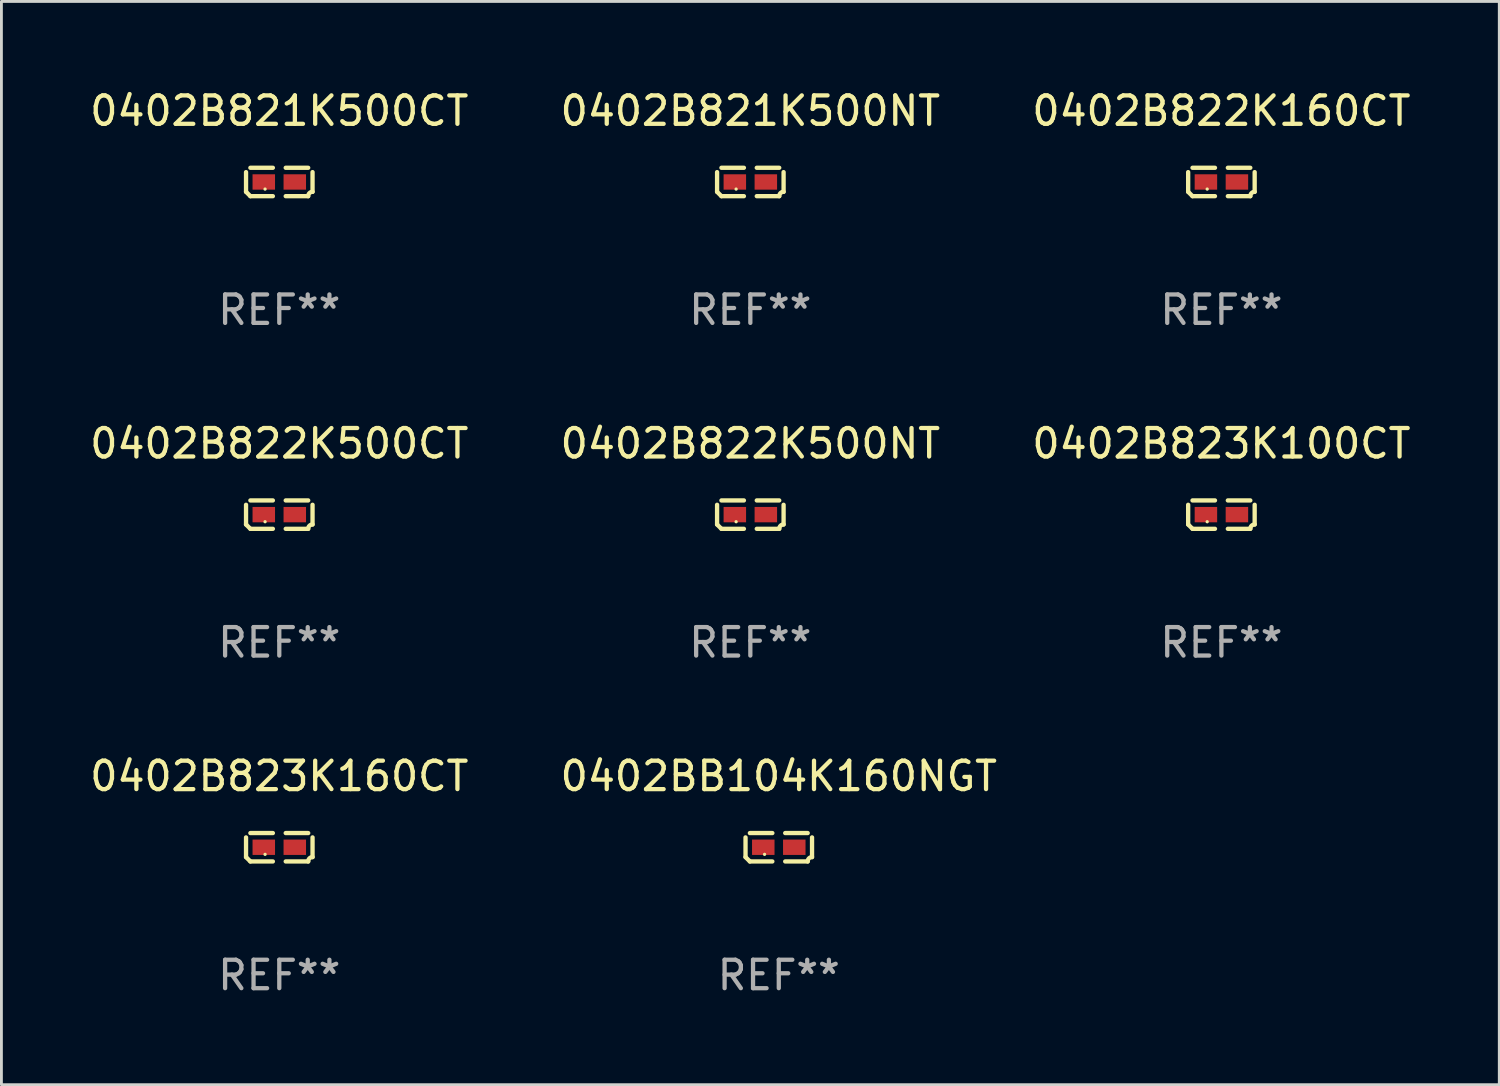
<source format=kicad_pcb>
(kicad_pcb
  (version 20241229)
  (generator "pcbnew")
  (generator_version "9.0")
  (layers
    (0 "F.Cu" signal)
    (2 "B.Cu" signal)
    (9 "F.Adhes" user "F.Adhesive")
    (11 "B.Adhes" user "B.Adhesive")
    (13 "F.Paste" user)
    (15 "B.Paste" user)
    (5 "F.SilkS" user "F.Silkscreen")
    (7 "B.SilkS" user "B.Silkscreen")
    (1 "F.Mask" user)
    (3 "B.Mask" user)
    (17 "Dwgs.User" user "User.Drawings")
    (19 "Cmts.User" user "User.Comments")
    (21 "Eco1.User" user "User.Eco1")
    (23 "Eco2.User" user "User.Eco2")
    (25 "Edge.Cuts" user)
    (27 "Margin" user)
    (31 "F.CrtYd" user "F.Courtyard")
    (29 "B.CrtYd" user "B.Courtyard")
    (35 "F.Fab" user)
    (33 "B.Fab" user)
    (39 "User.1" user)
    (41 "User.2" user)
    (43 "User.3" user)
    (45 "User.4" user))
  (footprint "0402BB104K160NGT"
    (layer "F.Cu")
    (at 24.327 26.734)
    (property "Reference" "0402BB104K160NGT" (at 0 -2.499 0) (layer "F.SilkS") (effects (font (size 1 1) (thickness 0.15))))
    (attr through_hole)
    (fp_line (start -1.169 0.346) (end -1.169 -0.346) (stroke (width 0.152) (type solid)) (layer "F.SilkS"))
    (fp_line (start -1.016 -0.499) (end -0.226 -0.499) (stroke (width 0.152) (type solid)) (layer "F.SilkS"))
    (fp_line (start -0.226 0.499) (end -1.016 0.499) (stroke (width 0.152) (type solid)) (layer "F.SilkS"))
    (fp_line (start 0.226 0.499) (end 1.016 0.499) (stroke (width 0.152) (type solid)) (layer "F.SilkS"))
    (fp_line (start 1.016 -0.499) (end 0.226 -0.499) (stroke (width 0.152) (type solid)) (layer "F.SilkS"))
    (fp_line (start 1.169 0.346) (end 1.169 -0.346) (stroke (width 0.152) (type solid)) (layer "F.SilkS"))
    (fp_arc (start -1.016307 0.498603) (mid -1.092512 0.422405) (end -1.16871 0.3462) (stroke (width 0.1524) (type solid)) (layer "F.SilkS"))
    (fp_arc (start 1.016307 0.498603) (mid 1.060899 0.390758) (end 1.168707 0.346076) (stroke (width 0.1524) (type solid)) (layer "F.SilkS"))
    (fp_circle (center -0.5 0.25) (end -0.47 0.25) (stroke (width 0.06) (type solid)) (fill no) (layer "F.SilkS"))
    (fp_text user "REF**" (at 0 4.499 0) (layer "F.Fab") (effects (font (size 1 1) (thickness 0.15))))
    (pad "1" smd rect (at -0.545 0) (size 0.79 0.54) (layers "F.Cu" "F.Mask" "F.Paste"))
    (pad "2" smd rect (at 0.545 0) (size 0.79 0.54) (layers "F.Cu" "F.Mask" "F.Paste")))
  (footprint "0402B823K100CT"
    (layer "F.Cu")
    (at 39.887 15.041)
    (property "Reference" "0402B823K100CT" (at 0 -2.499 0) (layer "F.SilkS") (effects (font (size 1 1) (thickness 0.15))))
    (attr through_hole)
    (fp_line (start -1.169 0.346) (end -1.169 -0.346) (stroke (width 0.152) (type solid)) (layer "F.SilkS"))
    (fp_line (start -1.016 -0.499) (end -0.226 -0.499) (stroke (width 0.152) (type solid)) (layer "F.SilkS"))
    (fp_line (start -0.226 0.499) (end -1.016 0.499) (stroke (width 0.152) (type solid)) (layer "F.SilkS"))
    (fp_line (start 0.226 0.499) (end 1.016 0.499) (stroke (width 0.152) (type solid)) (layer "F.SilkS"))
    (fp_line (start 1.016 -0.499) (end 0.226 -0.499) (stroke (width 0.152) (type solid)) (layer "F.SilkS"))
    (fp_line (start 1.169 0.346) (end 1.169 -0.346) (stroke (width 0.152) (type solid)) (layer "F.SilkS"))
    (fp_arc (start -1.016307 0.498603) (mid -1.092512 0.422405) (end -1.16871 0.3462) (stroke (width 0.1524) (type solid)) (layer "F.SilkS"))
    (fp_arc (start 1.016307 0.498603) (mid 1.060899 0.390758) (end 1.168707 0.346076) (stroke (width 0.1524) (type solid)) (layer "F.SilkS"))
    (fp_circle (center -0.5 0.25) (end -0.47 0.25) (stroke (width 0.06) (type solid)) (fill no) (layer "F.SilkS"))
    (fp_text user "REF**" (at 0 4.499 0) (layer "F.Fab") (effects (font (size 1 1) (thickness 0.15))))
    (pad "1" smd rect (at -0.545 0) (size 0.79 0.54) (layers "F.Cu" "F.Mask" "F.Paste"))
    (pad "2" smd rect (at 0.545 0) (size 0.79 0.54) (layers "F.Cu" "F.Mask" "F.Paste")))
  (footprint "0402B822K500CT"
    (layer "F.Cu")
    (at 6.768 15.041)
    (property "Reference" "0402B822K500CT" (at 0 -2.499 0) (layer "F.SilkS") (effects (font (size 1 1) (thickness 0.15))))
    (attr through_hole)
    (fp_line (start -1.169 0.346) (end -1.169 -0.346) (stroke (width 0.152) (type solid)) (layer "F.SilkS"))
    (fp_line (start -1.016 -0.499) (end -0.226 -0.499) (stroke (width 0.152) (type solid)) (layer "F.SilkS"))
    (fp_line (start -0.226 0.499) (end -1.016 0.499) (stroke (width 0.152) (type solid)) (layer "F.SilkS"))
    (fp_line (start 0.226 0.499) (end 1.016 0.499) (stroke (width 0.152) (type solid)) (layer "F.SilkS"))
    (fp_line (start 1.016 -0.499) (end 0.226 -0.499) (stroke (width 0.152) (type solid)) (layer "F.SilkS"))
    (fp_line (start 1.169 0.346) (end 1.169 -0.346) (stroke (width 0.152) (type solid)) (layer "F.SilkS"))
    (fp_arc (start -1.016307 0.498603) (mid -1.092512 0.422405) (end -1.16871 0.3462) (stroke (width 0.1524) (type solid)) (layer "F.SilkS"))
    (fp_arc (start 1.016307 0.498603) (mid 1.060899 0.390758) (end 1.168707 0.346076) (stroke (width 0.1524) (type solid)) (layer "F.SilkS"))
    (fp_circle (center -0.5 0.25) (end -0.47 0.25) (stroke (width 0.06) (type solid)) (fill no) (layer "F.SilkS"))
    (fp_text user "REF**" (at 0 4.499 0) (layer "F.Fab") (effects (font (size 1 1) (thickness 0.15))))
    (pad "1" smd rect (at -0.545 0) (size 0.79 0.54) (layers "F.Cu" "F.Mask" "F.Paste"))
    (pad "2" smd rect (at 0.545 0) (size 0.79 0.54) (layers "F.Cu" "F.Mask" "F.Paste")))
  (footprint "0402B821K500CT"
    (layer "F.Cu")
    (at 6.768 3.347)
    (property "Reference" "0402B821K500CT" (at 0 -2.499 0) (layer "F.SilkS") (effects (font (size 1 1) (thickness 0.15))))
    (attr through_hole)
    (fp_line (start -1.169 0.346) (end -1.169 -0.346) (stroke (width 0.152) (type solid)) (layer "F.SilkS"))
    (fp_line (start -1.016 -0.499) (end -0.226 -0.499) (stroke (width 0.152) (type solid)) (layer "F.SilkS"))
    (fp_line (start -0.226 0.499) (end -1.016 0.499) (stroke (width 0.152) (type solid)) (layer "F.SilkS"))
    (fp_line (start 0.226 0.499) (end 1.016 0.499) (stroke (width 0.152) (type solid)) (layer "F.SilkS"))
    (fp_line (start 1.016 -0.499) (end 0.226 -0.499) (stroke (width 0.152) (type solid)) (layer "F.SilkS"))
    (fp_line (start 1.169 0.346) (end 1.169 -0.346) (stroke (width 0.152) (type solid)) (layer "F.SilkS"))
    (fp_arc (start -1.016307 0.498603) (mid -1.092512 0.422405) (end -1.16871 0.3462) (stroke (width 0.1524) (type solid)) (layer "F.SilkS"))
    (fp_arc (start 1.016307 0.498603) (mid 1.060899 0.390758) (end 1.168707 0.346076) (stroke (width 0.1524) (type solid)) (layer "F.SilkS"))
    (fp_circle (center -0.5 0.25) (end -0.47 0.25) (stroke (width 0.06) (type solid)) (fill no) (layer "F.SilkS"))
    (fp_text user "REF**" (at 0 4.499 0) (layer "F.Fab") (effects (font (size 1 1) (thickness 0.15))))
    (pad "1" smd rect (at -0.545 0) (size 0.79 0.54) (layers "F.Cu" "F.Mask" "F.Paste"))
    (pad "2" smd rect (at 0.545 0) (size 0.79 0.54) (layers "F.Cu" "F.Mask" "F.Paste")))
  (footprint "0402B821K500NT"
    (layer "F.Cu")
    (at 23.327 3.347)
    (property "Reference" "0402B821K500NT" (at 0 -2.499 0) (layer "F.SilkS") (effects (font (size 1 1) (thickness 0.15))))
    (attr through_hole)
    (fp_line (start -1.169 0.346) (end -1.169 -0.346) (stroke (width 0.152) (type solid)) (layer "F.SilkS"))
    (fp_line (start -1.016 -0.499) (end -0.226 -0.499) (stroke (width 0.152) (type solid)) (layer "F.SilkS"))
    (fp_line (start -0.226 0.499) (end -1.016 0.499) (stroke (width 0.152) (type solid)) (layer "F.SilkS"))
    (fp_line (start 0.226 0.499) (end 1.016 0.499) (stroke (width 0.152) (type solid)) (layer "F.SilkS"))
    (fp_line (start 1.016 -0.499) (end 0.226 -0.499) (stroke (width 0.152) (type solid)) (layer "F.SilkS"))
    (fp_line (start 1.169 0.346) (end 1.169 -0.346) (stroke (width 0.152) (type solid)) (layer "F.SilkS"))
    (fp_arc (start -1.016307 0.498603) (mid -1.092512 0.422405) (end -1.16871 0.3462) (stroke (width 0.1524) (type solid)) (layer "F.SilkS"))
    (fp_arc (start 1.016307 0.498603) (mid 1.060899 0.390758) (end 1.168707 0.346076) (stroke (width 0.1524) (type solid)) (layer "F.SilkS"))
    (fp_circle (center -0.5 0.25) (end -0.47 0.25) (stroke (width 0.06) (type solid)) (fill no) (layer "F.SilkS"))
    (fp_text user "REF**" (at 0 4.499 0) (layer "F.Fab") (effects (font (size 1 1) (thickness 0.15))))
    (pad "1" smd rect (at -0.545 0) (size 0.79 0.54) (layers "F.Cu" "F.Mask" "F.Paste"))
    (pad "2" smd rect (at 0.545 0) (size 0.79 0.54) (layers "F.Cu" "F.Mask" "F.Paste")))
  (footprint "0402B823K160CT"
    (layer "F.Cu")
    (at 6.768 26.734)
    (property "Reference" "0402B823K160CT" (at 0 -2.499 0) (layer "F.SilkS") (effects (font (size 1 1) (thickness 0.15))))
    (attr through_hole)
    (fp_line (start -1.169 0.346) (end -1.169 -0.346) (stroke (width 0.152) (type solid)) (layer "F.SilkS"))
    (fp_line (start -1.016 -0.499) (end -0.226 -0.499) (stroke (width 0.152) (type solid)) (layer "F.SilkS"))
    (fp_line (start -0.226 0.499) (end -1.016 0.499) (stroke (width 0.152) (type solid)) (layer "F.SilkS"))
    (fp_line (start 0.226 0.499) (end 1.016 0.499) (stroke (width 0.152) (type solid)) (layer "F.SilkS"))
    (fp_line (start 1.016 -0.499) (end 0.226 -0.499) (stroke (width 0.152) (type solid)) (layer "F.SilkS"))
    (fp_line (start 1.169 0.346) (end 1.169 -0.346) (stroke (width 0.152) (type solid)) (layer "F.SilkS"))
    (fp_arc (start -1.016307 0.498603) (mid -1.092512 0.422405) (end -1.16871 0.3462) (stroke (width 0.1524) (type solid)) (layer "F.SilkS"))
    (fp_arc (start 1.016307 0.498603) (mid 1.060899 0.390758) (end 1.168707 0.346076) (stroke (width 0.1524) (type solid)) (layer "F.SilkS"))
    (fp_circle (center -0.5 0.25) (end -0.47 0.25) (stroke (width 0.06) (type solid)) (fill no) (layer "F.SilkS"))
    (fp_text user "REF**" (at 0 4.499 0) (layer "F.Fab") (effects (font (size 1 1) (thickness 0.15))))
    (pad "1" smd rect (at -0.545 0) (size 0.79 0.54) (layers "F.Cu" "F.Mask" "F.Paste"))
    (pad "2" smd rect (at 0.545 0) (size 0.79 0.54) (layers "F.Cu" "F.Mask" "F.Paste")))
  (footprint "0402B822K500NT"
    (layer "F.Cu")
    (at 23.327 15.041)
    (property "Reference" "0402B822K500NT" (at 0 -2.499 0) (layer "F.SilkS") (effects (font (size 1 1) (thickness 0.15))))
    (attr through_hole)
    (fp_line (start -1.169 0.346) (end -1.169 -0.346) (stroke (width 0.152) (type solid)) (layer "F.SilkS"))
    (fp_line (start -1.016 -0.499) (end -0.226 -0.499) (stroke (width 0.152) (type solid)) (layer "F.SilkS"))
    (fp_line (start -0.226 0.499) (end -1.016 0.499) (stroke (width 0.152) (type solid)) (layer "F.SilkS"))
    (fp_line (start 0.226 0.499) (end 1.016 0.499) (stroke (width 0.152) (type solid)) (layer "F.SilkS"))
    (fp_line (start 1.016 -0.499) (end 0.226 -0.499) (stroke (width 0.152) (type solid)) (layer "F.SilkS"))
    (fp_line (start 1.169 0.346) (end 1.169 -0.346) (stroke (width 0.152) (type solid)) (layer "F.SilkS"))
    (fp_arc (start -1.016307 0.498603) (mid -1.092512 0.422405) (end -1.16871 0.3462) (stroke (width 0.1524) (type solid)) (layer "F.SilkS"))
    (fp_arc (start 1.016307 0.498603) (mid 1.060899 0.390758) (end 1.168707 0.346076) (stroke (width 0.1524) (type solid)) (layer "F.SilkS"))
    (fp_circle (center -0.5 0.25) (end -0.47 0.25) (stroke (width 0.06) (type solid)) (fill no) (layer "F.SilkS"))
    (fp_text user "REF**" (at 0 4.499 0) (layer "F.Fab") (effects (font (size 1 1) (thickness 0.15))))
    (pad "1" smd rect (at -0.545 0) (size 0.79 0.54) (layers "F.Cu" "F.Mask" "F.Paste"))
    (pad "2" smd rect (at 0.545 0) (size 0.79 0.54) (layers "F.Cu" "F.Mask" "F.Paste")))
  (footprint "0402B822K160CT"
    (layer "F.Cu")
    (at 39.887 3.347)
    (property "Reference" "0402B822K160CT" (at 0 -2.499 0) (layer "F.SilkS") (effects (font (size 1 1) (thickness 0.15))))
    (attr through_hole)
    (fp_line (start -1.169 0.346) (end -1.169 -0.346) (stroke (width 0.152) (type solid)) (layer "F.SilkS"))
    (fp_line (start -1.016 -0.499) (end -0.226 -0.499) (stroke (width 0.152) (type solid)) (layer "F.SilkS"))
    (fp_line (start -0.226 0.499) (end -1.016 0.499) (stroke (width 0.152) (type solid)) (layer "F.SilkS"))
    (fp_line (start 0.226 0.499) (end 1.016 0.499) (stroke (width 0.152) (type solid)) (layer "F.SilkS"))
    (fp_line (start 1.016 -0.499) (end 0.226 -0.499) (stroke (width 0.152) (type solid)) (layer "F.SilkS"))
    (fp_line (start 1.169 0.346) (end 1.169 -0.346) (stroke (width 0.152) (type solid)) (layer "F.SilkS"))
    (fp_arc (start -1.016307 0.498603) (mid -1.092512 0.422405) (end -1.16871 0.3462) (stroke (width 0.1524) (type solid)) (layer "F.SilkS"))
    (fp_arc (start 1.016307 0.498603) (mid 1.060899 0.390758) (end 1.168707 0.346076) (stroke (width 0.1524) (type solid)) (layer "F.SilkS"))
    (fp_circle (center -0.5 0.25) (end -0.47 0.25) (stroke (width 0.06) (type solid)) (fill no) (layer "F.SilkS"))
    (fp_text user "REF**" (at 0 4.499 0) (layer "F.Fab") (effects (font (size 1 1) (thickness 0.15))))
    (pad "1" smd rect (at -0.545 0) (size 0.79 0.54) (layers "F.Cu" "F.Mask" "F.Paste"))
    (pad "2" smd rect (at 0.545 0) (size 0.79 0.54) (layers "F.Cu" "F.Mask" "F.Paste")))
  (gr_rect
    (start -3 -3)
    (end 49.655 35.081)
    (stroke (width 0.1) (type default))
    (fill no)
    (layer "Edge.Cuts")))
</source>
